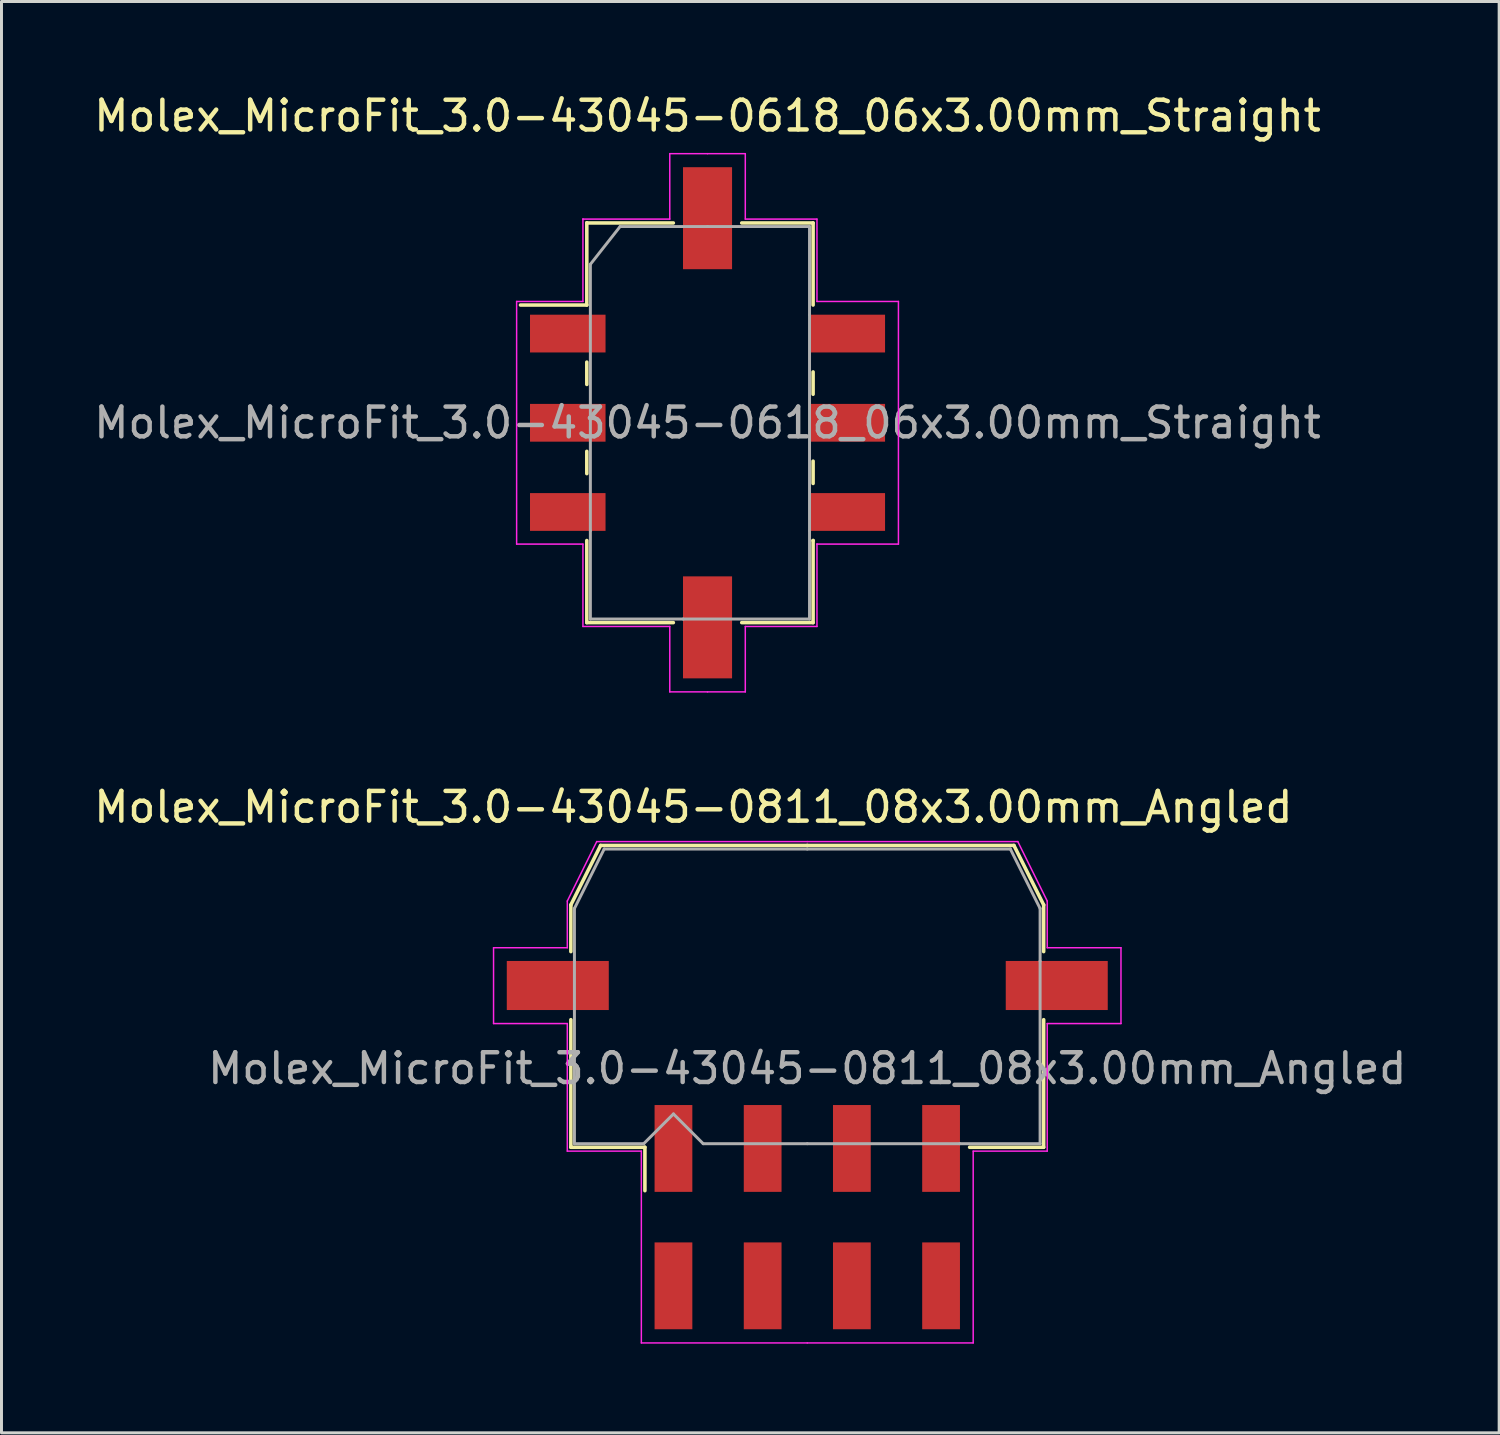
<source format=kicad_pcb>
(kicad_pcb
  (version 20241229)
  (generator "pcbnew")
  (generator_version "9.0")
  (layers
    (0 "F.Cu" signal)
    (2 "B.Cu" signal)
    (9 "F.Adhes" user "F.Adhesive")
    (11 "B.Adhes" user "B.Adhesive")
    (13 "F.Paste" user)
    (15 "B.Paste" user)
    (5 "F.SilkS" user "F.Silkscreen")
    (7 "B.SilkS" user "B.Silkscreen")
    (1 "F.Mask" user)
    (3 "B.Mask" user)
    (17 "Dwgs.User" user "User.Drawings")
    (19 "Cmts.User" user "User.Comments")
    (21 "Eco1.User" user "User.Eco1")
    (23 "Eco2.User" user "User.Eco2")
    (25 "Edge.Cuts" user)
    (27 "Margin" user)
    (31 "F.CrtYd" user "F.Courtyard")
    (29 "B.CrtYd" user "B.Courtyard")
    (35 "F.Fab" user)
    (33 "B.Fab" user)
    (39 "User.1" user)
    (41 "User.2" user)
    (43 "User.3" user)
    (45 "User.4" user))
  (footprint "Molex_MicroFit_3.0-43045-0811_08x3.00mm_Angled"
    (layer "F.Cu")
    (at 24.098 37.882)
    (property "Reference" "Molex_MicroFit_3.0-43045-0811_08x3.00mm_Angled" (at -3.83 -13.79 0) (layer "F.SilkS") (effects (font (size 1 1) (thickness 0.15))))
    (attr smd)
    (fp_line (start -7.95 -10.5) (end -7.95 -8.93) (stroke (width 0.12) (type solid)) (layer "F.SilkS"))
    (fp_line (start -7.95 -6.64) (end -7.95 -2.35) (stroke (width 0.12) (type solid)) (layer "F.SilkS"))
    (fp_line (start -7.95 -2.35) (end -5.46 -2.35) (stroke (width 0.12) (type solid)) (layer "F.SilkS"))
    (fp_line (start -6.95 -12.5) (end -7.95 -10.5) (stroke (width 0.12) (type solid)) (layer "F.SilkS"))
    (fp_line (start -5.46 -2.35) (end -5.46 -0.89) (stroke (width 0.12) (type solid)) (layer "F.SilkS"))
    (fp_line (start 0 -12.5) (end -6.95 -12.5) (stroke (width 0.12) (type solid)) (layer "F.SilkS"))
    (fp_line (start 0 -12.5) (end 6.95 -12.5) (stroke (width 0.12) (type solid)) (layer "F.SilkS"))
    (fp_line (start 6.95 -12.5) (end 7.95 -10.5) (stroke (width 0.12) (type solid)) (layer "F.SilkS"))
    (fp_line (start 7.95 -10.5) (end 7.95 -8.93) (stroke (width 0.12) (type solid)) (layer "F.SilkS"))
    (fp_line (start 7.95 -6.64) (end 7.95 -2.35) (stroke (width 0.12) (type solid)) (layer "F.SilkS"))
    (fp_line (start 7.95 -2.35) (end 5.46 -2.35) (stroke (width 0.12) (type solid)) (layer "F.SilkS"))
    (fp_line (start -10.55 -9.06) (end -10.55 -6.51) (stroke (width 0.05) (type solid)) (layer "F.CrtYd"))
    (fp_line (start -10.55 -6.51) (end -8.07 -6.51) (stroke (width 0.05) (type solid)) (layer "F.CrtYd"))
    (fp_line (start -8.07 -10.63) (end -8.07 -9.06) (stroke (width 0.05) (type solid)) (layer "F.CrtYd"))
    (fp_line (start -8.07 -9.06) (end -10.55 -9.06) (stroke (width 0.05) (type solid)) (layer "F.CrtYd"))
    (fp_line (start -8.07 -6.51) (end -8.07 -2.22) (stroke (width 0.05) (type solid)) (layer "F.CrtYd"))
    (fp_line (start -8.07 -2.22) (end -5.58 -2.22) (stroke (width 0.05) (type solid)) (layer "F.CrtYd"))
    (fp_line (start -7.08 -12.63) (end -8.07 -10.63) (stroke (width 0.05) (type solid)) (layer "F.CrtYd"))
    (fp_line (start -5.58 -2.22) (end -5.58 4.23) (stroke (width 0.05) (type solid)) (layer "F.CrtYd"))
    (fp_line (start -5.58 4.23) (end 0 4.23) (stroke (width 0.05) (type solid)) (layer "F.CrtYd"))
    (fp_line (start 0 -12.63) (end -7.08 -12.63) (stroke (width 0.05) (type solid)) (layer "F.CrtYd"))
    (fp_line (start 0 -12.63) (end 7.08 -12.63) (stroke (width 0.05) (type solid)) (layer "F.CrtYd"))
    (fp_line (start 5.58 -2.22) (end 5.58 4.23) (stroke (width 0.05) (type solid)) (layer "F.CrtYd"))
    (fp_line (start 5.58 4.23) (end 0 4.23) (stroke (width 0.05) (type solid)) (layer "F.CrtYd"))
    (fp_line (start 7.08 -12.63) (end 8.07 -10.63) (stroke (width 0.05) (type solid)) (layer "F.CrtYd"))
    (fp_line (start 8.07 -10.63) (end 8.07 -9.06) (stroke (width 0.05) (type solid)) (layer "F.CrtYd"))
    (fp_line (start 8.07 -9.06) (end 10.55 -9.06) (stroke (width 0.05) (type solid)) (layer "F.CrtYd"))
    (fp_line (start 8.07 -6.51) (end 8.07 -2.22) (stroke (width 0.05) (type solid)) (layer "F.CrtYd"))
    (fp_line (start 8.07 -2.22) (end 5.58 -2.22) (stroke (width 0.05) (type solid)) (layer "F.CrtYd"))
    (fp_line (start 10.55 -9.06) (end 10.55 -6.51) (stroke (width 0.05) (type solid)) (layer "F.CrtYd"))
    (fp_line (start 10.55 -6.51) (end 8.07 -6.51) (stroke (width 0.05) (type solid)) (layer "F.CrtYd"))
    (fp_line (start -7.83 -10.38) (end -7.83 -8.61) (stroke (width 0.1) (type solid)) (layer "F.Fab"))
    (fp_line (start -7.83 -8.61) (end -7.83 -2.47) (stroke (width 0.1) (type solid)) (layer "F.Fab"))
    (fp_line (start -7.83 -2.47) (end -5.5 -2.47) (stroke (width 0.1) (type solid)) (layer "F.Fab"))
    (fp_line (start -6.83 -12.38) (end -7.83 -10.38) (stroke (width 0.1) (type solid)) (layer "F.Fab"))
    (fp_line (start -5.5 -2.47) (end -4.5 -3.47) (stroke (width 0.1) (type solid)) (layer "F.Fab"))
    (fp_line (start -4.5 -3.47) (end -3.5 -2.47) (stroke (width 0.1) (type solid)) (layer "F.Fab"))
    (fp_line (start -3.5 -2.47) (end 0 -2.47) (stroke (width 0.1) (type solid)) (layer "F.Fab"))
    (fp_line (start 0 -12.38) (end -6.83 -12.38) (stroke (width 0.1) (type solid)) (layer "F.Fab"))
    (fp_line (start 0 -12.38) (end 6.83 -12.38) (stroke (width 0.1) (type solid)) (layer "F.Fab"))
    (fp_line (start 5.13 -2.47) (end 0 -2.47) (stroke (width 0.1) (type solid)) (layer "F.Fab"))
    (fp_line (start 6.83 -12.38) (end 7.83 -10.38) (stroke (width 0.1) (type solid)) (layer "F.Fab"))
    (fp_line (start 7.83 -10.38) (end 7.83 -8.61) (stroke (width 0.1) (type solid)) (layer "F.Fab"))
    (fp_line (start 7.83 -8.61) (end 7.83 -2.47) (stroke (width 0.1) (type solid)) (layer "F.Fab"))
    (fp_line (start 7.83 -2.47) (end 5.13 -2.47) (stroke (width 0.1) (type solid)) (layer "F.Fab"))
    (fp_text user "${REFERENCE}" (at 0 -5 0) (layer "F.Fab") (effects (font (size 1 1) (thickness 0.15))))
    (pad "" smd rect (at -8.39 -7.79) (size 3.43 1.65) (layers "F.Cu" "F.Mask" "F.Paste"))
    (pad "" smd rect (at 8.39 -7.79) (size 3.43 1.65) (layers "F.Cu" "F.Mask" "F.Paste"))
    (pad "1" smd rect (at -4.5 -2.31) (size 1.27 2.92) (layers "F.Cu" "F.Mask" "F.Paste"))
    (pad "2" smd rect (at -1.5 -2.31) (size 1.27 2.92) (layers "F.Cu" "F.Mask" "F.Paste"))
    (pad "3" smd rect (at 1.5 -2.31) (size 1.27 2.92) (layers "F.Cu" "F.Mask" "F.Paste"))
    (pad "4" smd rect (at 4.5 -2.31) (size 1.27 2.92) (layers "F.Cu" "F.Mask" "F.Paste"))
    (pad "5" smd rect (at 4.5 2.31) (size 1.27 2.92) (layers "F.Cu" "F.Mask" "F.Paste"))
    (pad "6" smd rect (at 1.5 2.31) (size 1.27 2.92) (layers "F.Cu" "F.Mask" "F.Paste"))
    (pad "7" smd rect (at -1.5 2.31) (size 1.27 2.92) (layers "F.Cu" "F.Mask" "F.Paste"))
    (pad "8" smd rect (at -4.5 2.31) (size 1.27 2.92) (layers "F.Cu" "F.Mask" "F.Paste")))
  (footprint "Molex_MicroFit_3.0-43045-0618_06x3.00mm_Straight"
    (layer "F.Cu")
    (at 20.744 11.168)
    (property "Reference" "Molex_MicroFit_3.0-43045-0618_06x3.00mm_Straight" (at 0 -10.32 0) (layer "F.SilkS") (effects (font (size 1 1) (thickness 0.15))))
    (attr smd)
    (fp_line (start -6.29 -3.96) (end -4.06 -3.96) (stroke (width 0.12) (type solid)) (layer "F.SilkS"))
    (fp_line (start -4.06 -6.72) (end -4.06 -6.72) (stroke (width 0.12) (type solid)) (layer "F.SilkS"))
    (fp_line (start -4.06 -6.72) (end -1.15 -6.72) (stroke (width 0.12) (type solid)) (layer "F.SilkS"))
    (fp_line (start -4.06 -3.96) (end -4.06 -6.72) (stroke (width 0.12) (type solid)) (layer "F.SilkS"))
    (fp_line (start -4.06 -2.04) (end -4.06 -1.29) (stroke (width 0.12) (type solid)) (layer "F.SilkS"))
    (fp_line (start -4.06 0.96) (end -4.06 1.71) (stroke (width 0.12) (type solid)) (layer "F.SilkS"))
    (fp_line (start -4.06 6.72) (end -4.06 3.96) (stroke (width 0.12) (type solid)) (layer "F.SilkS"))
    (fp_line (start -1.15 6.72) (end -4.06 6.72) (stroke (width 0.12) (type solid)) (layer "F.SilkS"))
    (fp_line (start 1.15 -6.72) (end 3.55 -6.72) (stroke (width 0.12) (type solid)) (layer "F.SilkS"))
    (fp_line (start 3.55 -6.72) (end 3.55 -3.96) (stroke (width 0.12) (type solid)) (layer "F.SilkS"))
    (fp_line (start 3.55 -0.96) (end 3.55 -1.71) (stroke (width 0.12) (type solid)) (layer "F.SilkS"))
    (fp_line (start 3.55 2.04) (end 3.55 1.29) (stroke (width 0.12) (type solid)) (layer "F.SilkS"))
    (fp_line (start 3.55 3.96) (end 3.55 3.96) (stroke (width 0.12) (type solid)) (layer "F.SilkS"))
    (fp_line (start 3.55 3.96) (end 3.55 6.72) (stroke (width 0.12) (type solid)) (layer "F.SilkS"))
    (fp_line (start 3.55 6.72) (end 1.15 6.72) (stroke (width 0.12) (type solid)) (layer "F.SilkS"))
    (fp_line (start -6.42 -4.08) (end -4.19 -4.08) (stroke (width 0.05) (type solid)) (layer "F.CrtYd"))
    (fp_line (start -6.42 4.08) (end -6.42 -4.08) (stroke (width 0.05) (type solid)) (layer "F.CrtYd"))
    (fp_line (start -4.19 -6.85) (end -4.19 -6.85) (stroke (width 0.05) (type solid)) (layer "F.CrtYd"))
    (fp_line (start -4.19 -6.85) (end -1.27 -6.85) (stroke (width 0.05) (type solid)) (layer "F.CrtYd"))
    (fp_line (start -4.19 -4.08) (end -4.19 -6.85) (stroke (width 0.05) (type solid)) (layer "F.CrtYd"))
    (fp_line (start -4.19 4.08) (end -6.42 4.08) (stroke (width 0.05) (type solid)) (layer "F.CrtYd"))
    (fp_line (start -4.19 6.85) (end -4.19 4.08) (stroke (width 0.05) (type solid)) (layer "F.CrtYd"))
    (fp_line (start -1.27 -9.05) (end 0 -9.05) (stroke (width 0.05) (type solid)) (layer "F.CrtYd"))
    (fp_line (start -1.27 -6.85) (end -1.27 -9.05) (stroke (width 0.05) (type solid)) (layer "F.CrtYd"))
    (fp_line (start -1.27 6.85) (end -4.19 6.85) (stroke (width 0.05) (type solid)) (layer "F.CrtYd"))
    (fp_line (start -1.27 9.05) (end -1.27 6.85) (stroke (width 0.05) (type solid)) (layer "F.CrtYd"))
    (fp_line (start 0 -9.05) (end 1.27 -9.05) (stroke (width 0.05) (type solid)) (layer "F.CrtYd"))
    (fp_line (start 0 9.05) (end -1.27 9.05) (stroke (width 0.05) (type solid)) (layer "F.CrtYd"))
    (fp_line (start 1.27 -9.05) (end 1.27 -6.85) (stroke (width 0.05) (type solid)) (layer "F.CrtYd"))
    (fp_line (start 1.27 -6.85) (end 3.68 -6.85) (stroke (width 0.05) (type solid)) (layer "F.CrtYd"))
    (fp_line (start 1.27 6.85) (end 1.27 9.05) (stroke (width 0.05) (type solid)) (layer "F.CrtYd"))
    (fp_line (start 1.27 9.05) (end 0 9.05) (stroke (width 0.05) (type solid)) (layer "F.CrtYd"))
    (fp_line (start 3.68 -6.85) (end 3.68 -4.08) (stroke (width 0.05) (type solid)) (layer "F.CrtYd"))
    (fp_line (start 3.68 -4.08) (end 6.42 -4.08) (stroke (width 0.05) (type solid)) (layer "F.CrtYd"))
    (fp_line (start 3.68 4.08) (end 3.68 4.08) (stroke (width 0.05) (type solid)) (layer "F.CrtYd"))
    (fp_line (start 3.68 4.08) (end 3.68 6.85) (stroke (width 0.05) (type solid)) (layer "F.CrtYd"))
    (fp_line (start 3.68 6.85) (end 1.27 6.85) (stroke (width 0.05) (type solid)) (layer "F.CrtYd"))
    (fp_line (start 6.42 -4.08) (end 6.42 4.08) (stroke (width 0.05) (type solid)) (layer "F.CrtYd"))
    (fp_line (start 6.42 4.08) (end 3.68 4.08) (stroke (width 0.05) (type solid)) (layer "F.CrtYd"))
    (fp_line (start -3.94 -5.33) (end -2.94 -6.6) (stroke (width 0.1) (type solid)) (layer "F.Fab"))
    (fp_line (start -3.94 3.63) (end -3.94 -5.33) (stroke (width 0.1) (type solid)) (layer "F.Fab"))
    (fp_line (start -3.94 6.6) (end -3.94 3.63) (stroke (width 0.1) (type solid)) (layer "F.Fab"))
    (fp_line (start -2.94 -6.6) (end 0 -6.6) (stroke (width 0.1) (type solid)) (layer "F.Fab"))
    (fp_line (start -0.82 6.6) (end -3.94 6.6) (stroke (width 0.1) (type solid)) (layer "F.Fab"))
    (fp_line (start 0 -6.6) (end 3.43 -6.6) (stroke (width 0.1) (type solid)) (layer "F.Fab"))
    (fp_line (start 3.43 -6.6) (end 3.43 -3.63) (stroke (width 0.1) (type solid)) (layer "F.Fab"))
    (fp_line (start 3.43 -3.63) (end 3.43 3.63) (stroke (width 0.1) (type solid)) (layer "F.Fab"))
    (fp_line (start 3.43 3.63) (end 3.43 6.6) (stroke (width 0.1) (type solid)) (layer "F.Fab"))
    (fp_line (start 3.43 6.6) (end -0.82 6.6) (stroke (width 0.1) (type solid)) (layer "F.Fab"))
    (fp_text user "${REFERENCE}" (at 0 0 0) (layer "F.Fab") (effects (font (size 1 1) (thickness 0.15))))
    (pad "" smd rect (at 0 -6.88) (size 1.65 3.43) (layers "F.Cu" "F.Mask" "F.Paste"))
    (pad "" smd rect (at 0 6.88) (size 1.65 3.43) (layers "F.Cu" "F.Mask" "F.Paste"))
    (pad "1" smd rect (at -4.7 -3) (size 2.54 1.27) (layers "F.Cu" "F.Mask" "F.Paste"))
    (pad "2" smd rect (at -4.7 0) (size 2.54 1.27) (layers "F.Cu" "F.Mask" "F.Paste"))
    (pad "3" smd rect (at -4.7 3) (size 2.54 1.27) (layers "F.Cu" "F.Mask" "F.Paste"))
    (pad "4" smd rect (at 4.7 3) (size 2.54 1.27) (layers "F.Cu" "F.Mask" "F.Paste"))
    (pad "5" smd rect (at 4.7 0) (size 2.54 1.27) (layers "F.Cu" "F.Mask" "F.Paste"))
    (pad "6" smd rect (at 4.7 -3) (size 2.54 1.27) (layers "F.Cu" "F.Mask" "F.Paste")))
  (gr_rect
    (start -3 -3)
    (end 47.366 45.136)
    (stroke (width 0.1) (type default))
    (fill no)
    (layer "Edge.Cuts")))
</source>
